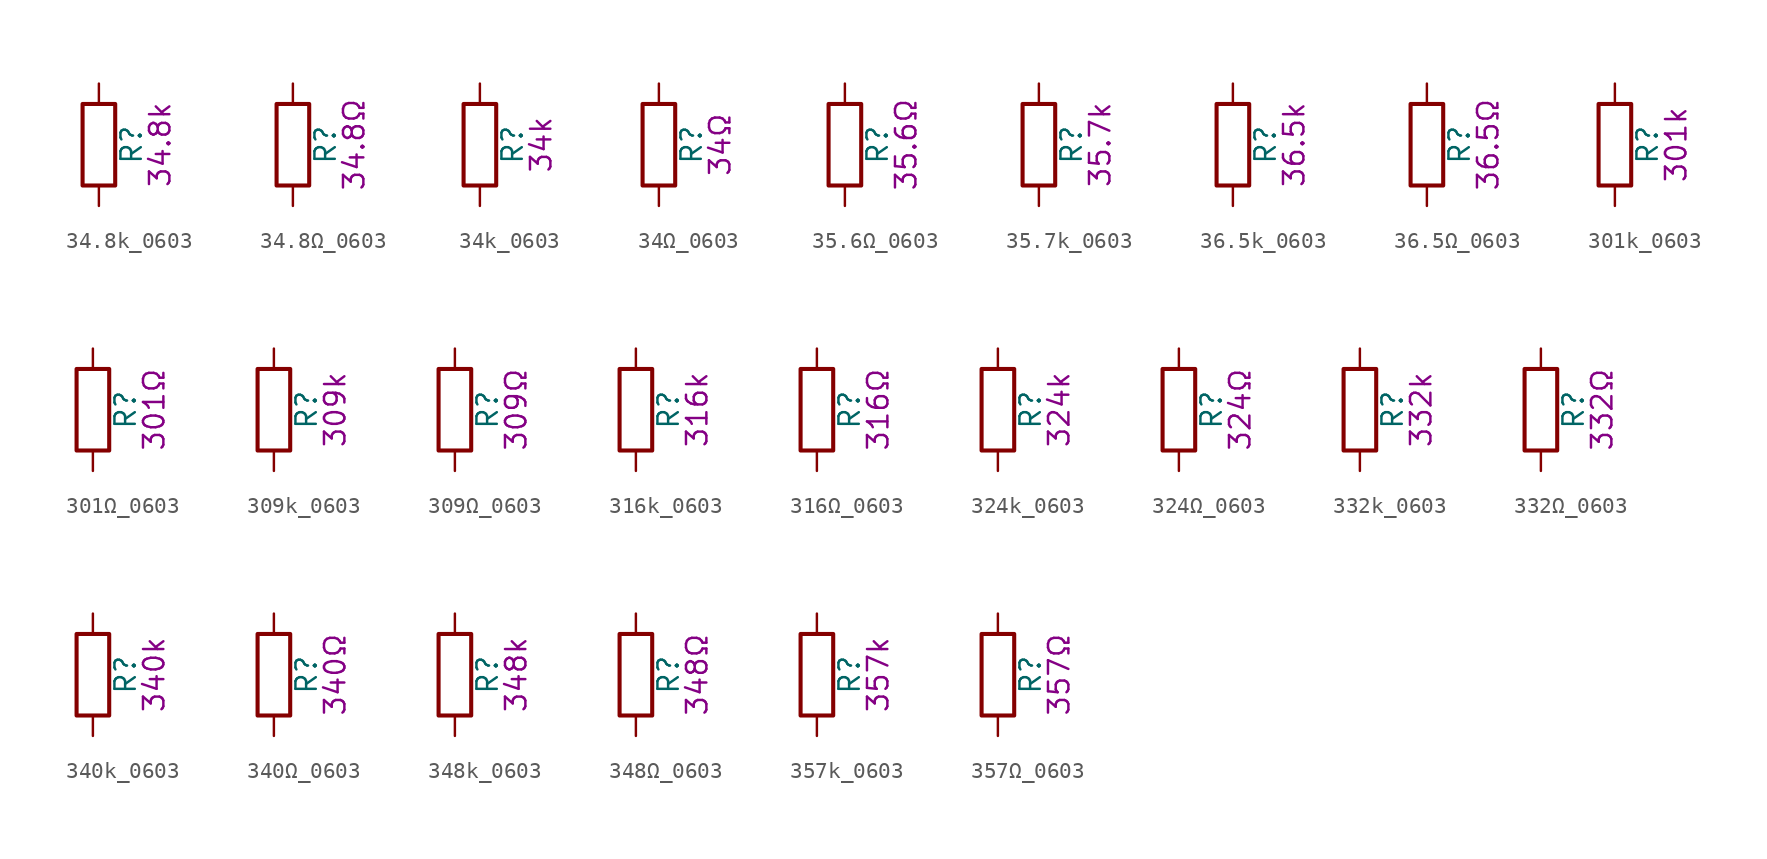
<source format=kicad_sym>
(kicad_symbol_lib
  (version 20211014)
  (generator kicad_symbol_editor)
  (symbol "34.8k_0603"
    (pin_numbers hide)
    (pin_names
      (offset 0))
    (property "Reference" "R"
      (at 2.032 0 90)
      (effects (font (size 1.27 1.27))))
    (property "Display" "34.8k"
      (at 3.81 0 90)
      (effects (font (size 1.27 1.27))))
    (symbol "34.8k_0603_0_1"
      (rectangle (start -1.016 -2.54) (end 1.016 2.54) (stroke (width 0.254) (type default) (color 0 0 0 0)) (fill (type none))))
    (symbol "34.8k_0603_1_1"
      (pin passive line (at 0 3.81 270) (length 1.27) (name "~" (effects (font (size 1.27 1.27)))) (number "1" (effects (font (size 1.27 1.27)))))
      (pin passive line (at 0 -3.81 90) (length 1.27) (name "~" (effects (font (size 1.27 1.27)))) (number "2" (effects (font (size 1.27 1.27)))))))
  (symbol "34.8Ω_0603"
    (pin_numbers hide)
    (pin_names
      (offset 0))
    (property "Reference" "R"
      (at 2.032 0 90)
      (effects (font (size 1.27 1.27))))
    (property "Display" "34.8Ω"
      (at 3.81 0 90)
      (effects (font (size 1.27 1.27))))
    (symbol "34.8Ω_0603_0_1"
      (rectangle (start -1.016 -2.54) (end 1.016 2.54) (stroke (width 0.254) (type default) (color 0 0 0 0)) (fill (type none))))
    (symbol "34.8Ω_0603_1_1"
      (pin passive line (at 0 3.81 270) (length 1.27) (name "~" (effects (font (size 1.27 1.27)))) (number "1" (effects (font (size 1.27 1.27)))))
      (pin passive line (at 0 -3.81 90) (length 1.27) (name "~" (effects (font (size 1.27 1.27)))) (number "2" (effects (font (size 1.27 1.27)))))))
  (symbol "34k_0603"
    (pin_numbers hide)
    (pin_names
      (offset 0))
    (property "Reference" "R"
      (at 2.032 0 90)
      (effects (font (size 1.27 1.27))))
    (property "Display" "34k"
      (at 3.81 0 90)
      (effects (font (size 1.27 1.27))))
    (symbol "34k_0603_0_1"
      (rectangle (start -1.016 -2.54) (end 1.016 2.54) (stroke (width 0.254) (type default) (color 0 0 0 0)) (fill (type none))))
    (symbol "34k_0603_1_1"
      (pin passive line (at 0 3.81 270) (length 1.27) (name "~" (effects (font (size 1.27 1.27)))) (number "1" (effects (font (size 1.27 1.27)))))
      (pin passive line (at 0 -3.81 90) (length 1.27) (name "~" (effects (font (size 1.27 1.27)))) (number "2" (effects (font (size 1.27 1.27)))))))
  (symbol "34Ω_0603"
    (pin_numbers hide)
    (pin_names
      (offset 0))
    (property "Reference" "R"
      (at 2.032 0 90)
      (effects (font (size 1.27 1.27))))
    (property "Display" "34Ω"
      (at 3.81 0 90)
      (effects (font (size 1.27 1.27))))
    (symbol "34Ω_0603_0_1"
      (rectangle (start -1.016 -2.54) (end 1.016 2.54) (stroke (width 0.254) (type default) (color 0 0 0 0)) (fill (type none))))
    (symbol "34Ω_0603_1_1"
      (pin passive line (at 0 3.81 270) (length 1.27) (name "~" (effects (font (size 1.27 1.27)))) (number "1" (effects (font (size 1.27 1.27)))))
      (pin passive line (at 0 -3.81 90) (length 1.27) (name "~" (effects (font (size 1.27 1.27)))) (number "2" (effects (font (size 1.27 1.27)))))))
  (symbol "35.6Ω_0603"
    (pin_numbers hide)
    (pin_names
      (offset 0))
    (property "Reference" "R"
      (at 2.032 0 90)
      (effects (font (size 1.27 1.27))))
    (property "Display" "35.6Ω"
      (at 3.81 0 90)
      (effects (font (size 1.27 1.27))))
    (symbol "35.6Ω_0603_0_1"
      (rectangle (start -1.016 -2.54) (end 1.016 2.54) (stroke (width 0.254) (type default) (color 0 0 0 0)) (fill (type none))))
    (symbol "35.6Ω_0603_1_1"
      (pin passive line (at 0 3.81 270) (length 1.27) (name "~" (effects (font (size 1.27 1.27)))) (number "1" (effects (font (size 1.27 1.27)))))
      (pin passive line (at 0 -3.81 90) (length 1.27) (name "~" (effects (font (size 1.27 1.27)))) (number "2" (effects (font (size 1.27 1.27)))))))
  (symbol "35.7k_0603"
    (pin_numbers hide)
    (pin_names
      (offset 0))
    (property "Reference" "R"
      (at 2.032 0 90)
      (effects (font (size 1.27 1.27))))
    (property "Display" "35.7k"
      (at 3.81 0 90)
      (effects (font (size 1.27 1.27))))
    (symbol "35.7k_0603_0_1"
      (rectangle (start -1.016 -2.54) (end 1.016 2.54) (stroke (width 0.254) (type default) (color 0 0 0 0)) (fill (type none))))
    (symbol "35.7k_0603_1_1"
      (pin passive line (at 0 3.81 270) (length 1.27) (name "~" (effects (font (size 1.27 1.27)))) (number "1" (effects (font (size 1.27 1.27)))))
      (pin passive line (at 0 -3.81 90) (length 1.27) (name "~" (effects (font (size 1.27 1.27)))) (number "2" (effects (font (size 1.27 1.27)))))))
  (symbol "36.5k_0603"
    (pin_numbers hide)
    (pin_names
      (offset 0))
    (property "Reference" "R"
      (at 2.032 0 90)
      (effects (font (size 1.27 1.27))))
    (property "Display" "36.5k"
      (at 3.81 0 90)
      (effects (font (size 1.27 1.27))))
    (symbol "36.5k_0603_0_1"
      (rectangle (start -1.016 -2.54) (end 1.016 2.54) (stroke (width 0.254) (type default) (color 0 0 0 0)) (fill (type none))))
    (symbol "36.5k_0603_1_1"
      (pin passive line (at 0 3.81 270) (length 1.27) (name "~" (effects (font (size 1.27 1.27)))) (number "1" (effects (font (size 1.27 1.27)))))
      (pin passive line (at 0 -3.81 90) (length 1.27) (name "~" (effects (font (size 1.27 1.27)))) (number "2" (effects (font (size 1.27 1.27)))))))
  (symbol "36.5Ω_0603"
    (pin_numbers hide)
    (pin_names
      (offset 0))
    (property "Reference" "R"
      (at 2.032 0 90)
      (effects (font (size 1.27 1.27))))
    (property "Display" "36.5Ω"
      (at 3.81 0 90)
      (effects (font (size 1.27 1.27))))
    (symbol "36.5Ω_0603_0_1"
      (rectangle (start -1.016 -2.54) (end 1.016 2.54) (stroke (width 0.254) (type default) (color 0 0 0 0)) (fill (type none))))
    (symbol "36.5Ω_0603_1_1"
      (pin passive line (at 0 3.81 270) (length 1.27) (name "~" (effects (font (size 1.27 1.27)))) (number "1" (effects (font (size 1.27 1.27)))))
      (pin passive line (at 0 -3.81 90) (length 1.27) (name "~" (effects (font (size 1.27 1.27)))) (number "2" (effects (font (size 1.27 1.27)))))))
  (symbol "301k_0603"
    (pin_numbers hide)
    (pin_names
      (offset 0))
    (property "Reference" "R"
      (at 2.032 0 90)
      (effects (font (size 1.27 1.27))))
    (property "Display" "301k"
      (at 3.81 0 90)
      (effects (font (size 1.27 1.27))))
    (symbol "301k_0603_0_1"
      (rectangle (start -1.016 -2.54) (end 1.016 2.54) (stroke (width 0.254) (type default) (color 0 0 0 0)) (fill (type none))))
    (symbol "301k_0603_1_1"
      (pin passive line (at 0 3.81 270) (length 1.27) (name "~" (effects (font (size 1.27 1.27)))) (number "1" (effects (font (size 1.27 1.27)))))
      (pin passive line (at 0 -3.81 90) (length 1.27) (name "~" (effects (font (size 1.27 1.27)))) (number "2" (effects (font (size 1.27 1.27)))))))
  (symbol "301Ω_0603"
    (pin_numbers hide)
    (pin_names
      (offset 0))
    (property "Reference" "R"
      (at 2.032 0 90)
      (effects (font (size 1.27 1.27))))
    (property "Display" "301Ω"
      (at 3.81 0 90)
      (effects (font (size 1.27 1.27))))
    (symbol "301Ω_0603_0_1"
      (rectangle (start -1.016 -2.54) (end 1.016 2.54) (stroke (width 0.254) (type default) (color 0 0 0 0)) (fill (type none))))
    (symbol "301Ω_0603_1_1"
      (pin passive line (at 0 3.81 270) (length 1.27) (name "~" (effects (font (size 1.27 1.27)))) (number "1" (effects (font (size 1.27 1.27)))))
      (pin passive line (at 0 -3.81 90) (length 1.27) (name "~" (effects (font (size 1.27 1.27)))) (number "2" (effects (font (size 1.27 1.27)))))))
  (symbol "309k_0603"
    (pin_numbers hide)
    (pin_names
      (offset 0))
    (property "Reference" "R"
      (at 2.032 0 90)
      (effects (font (size 1.27 1.27))))
    (property "Display" "309k"
      (at 3.81 0 90)
      (effects (font (size 1.27 1.27))))
    (symbol "309k_0603_0_1"
      (rectangle (start -1.016 -2.54) (end 1.016 2.54) (stroke (width 0.254) (type default) (color 0 0 0 0)) (fill (type none))))
    (symbol "309k_0603_1_1"
      (pin passive line (at 0 3.81 270) (length 1.27) (name "~" (effects (font (size 1.27 1.27)))) (number "1" (effects (font (size 1.27 1.27)))))
      (pin passive line (at 0 -3.81 90) (length 1.27) (name "~" (effects (font (size 1.27 1.27)))) (number "2" (effects (font (size 1.27 1.27)))))))
  (symbol "309Ω_0603"
    (pin_numbers hide)
    (pin_names
      (offset 0))
    (property "Reference" "R"
      (at 2.032 0 90)
      (effects (font (size 1.27 1.27))))
    (property "Display" "309Ω"
      (at 3.81 0 90)
      (effects (font (size 1.27 1.27))))
    (symbol "309Ω_0603_0_1"
      (rectangle (start -1.016 -2.54) (end 1.016 2.54) (stroke (width 0.254) (type default) (color 0 0 0 0)) (fill (type none))))
    (symbol "309Ω_0603_1_1"
      (pin passive line (at 0 3.81 270) (length 1.27) (name "~" (effects (font (size 1.27 1.27)))) (number "1" (effects (font (size 1.27 1.27)))))
      (pin passive line (at 0 -3.81 90) (length 1.27) (name "~" (effects (font (size 1.27 1.27)))) (number "2" (effects (font (size 1.27 1.27)))))))
  (symbol "316k_0603"
    (pin_numbers hide)
    (pin_names
      (offset 0))
    (property "Reference" "R"
      (at 2.032 0 90)
      (effects (font (size 1.27 1.27))))
    (property "Display" "316k"
      (at 3.81 0 90)
      (effects (font (size 1.27 1.27))))
    (symbol "316k_0603_0_1"
      (rectangle (start -1.016 -2.54) (end 1.016 2.54) (stroke (width 0.254) (type default) (color 0 0 0 0)) (fill (type none))))
    (symbol "316k_0603_1_1"
      (pin passive line (at 0 3.81 270) (length 1.27) (name "~" (effects (font (size 1.27 1.27)))) (number "1" (effects (font (size 1.27 1.27)))))
      (pin passive line (at 0 -3.81 90) (length 1.27) (name "~" (effects (font (size 1.27 1.27)))) (number "2" (effects (font (size 1.27 1.27)))))))
  (symbol "316Ω_0603"
    (pin_numbers hide)
    (pin_names
      (offset 0))
    (property "Reference" "R"
      (at 2.032 0 90)
      (effects (font (size 1.27 1.27))))
    (property "Display" "316Ω"
      (at 3.81 0 90)
      (effects (font (size 1.27 1.27))))
    (symbol "316Ω_0603_0_1"
      (rectangle (start -1.016 -2.54) (end 1.016 2.54) (stroke (width 0.254) (type default) (color 0 0 0 0)) (fill (type none))))
    (symbol "316Ω_0603_1_1"
      (pin passive line (at 0 3.81 270) (length 1.27) (name "~" (effects (font (size 1.27 1.27)))) (number "1" (effects (font (size 1.27 1.27)))))
      (pin passive line (at 0 -3.81 90) (length 1.27) (name "~" (effects (font (size 1.27 1.27)))) (number "2" (effects (font (size 1.27 1.27)))))))
  (symbol "324k_0603"
    (pin_numbers hide)
    (pin_names
      (offset 0))
    (property "Reference" "R"
      (at 2.032 0 90)
      (effects (font (size 1.27 1.27))))
    (property "Display" "324k"
      (at 3.81 0 90)
      (effects (font (size 1.27 1.27))))
    (symbol "324k_0603_0_1"
      (rectangle (start -1.016 -2.54) (end 1.016 2.54) (stroke (width 0.254) (type default) (color 0 0 0 0)) (fill (type none))))
    (symbol "324k_0603_1_1"
      (pin passive line (at 0 3.81 270) (length 1.27) (name "~" (effects (font (size 1.27 1.27)))) (number "1" (effects (font (size 1.27 1.27)))))
      (pin passive line (at 0 -3.81 90) (length 1.27) (name "~" (effects (font (size 1.27 1.27)))) (number "2" (effects (font (size 1.27 1.27)))))))
  (symbol "324Ω_0603"
    (pin_numbers hide)
    (pin_names
      (offset 0))
    (property "Reference" "R"
      (at 2.032 0 90)
      (effects (font (size 1.27 1.27))))
    (property "Display" "324Ω"
      (at 3.81 0 90)
      (effects (font (size 1.27 1.27))))
    (symbol "324Ω_0603_0_1"
      (rectangle (start -1.016 -2.54) (end 1.016 2.54) (stroke (width 0.254) (type default) (color 0 0 0 0)) (fill (type none))))
    (symbol "324Ω_0603_1_1"
      (pin passive line (at 0 3.81 270) (length 1.27) (name "~" (effects (font (size 1.27 1.27)))) (number "1" (effects (font (size 1.27 1.27)))))
      (pin passive line (at 0 -3.81 90) (length 1.27) (name "~" (effects (font (size 1.27 1.27)))) (number "2" (effects (font (size 1.27 1.27)))))))
  (symbol "332k_0603"
    (pin_numbers hide)
    (pin_names
      (offset 0))
    (property "Reference" "R"
      (at 2.032 0 90)
      (effects (font (size 1.27 1.27))))
    (property "Display" "332k"
      (at 3.81 0 90)
      (effects (font (size 1.27 1.27))))
    (symbol "332k_0603_0_1"
      (rectangle (start -1.016 -2.54) (end 1.016 2.54) (stroke (width 0.254) (type default) (color 0 0 0 0)) (fill (type none))))
    (symbol "332k_0603_1_1"
      (pin passive line (at 0 3.81 270) (length 1.27) (name "~" (effects (font (size 1.27 1.27)))) (number "1" (effects (font (size 1.27 1.27)))))
      (pin passive line (at 0 -3.81 90) (length 1.27) (name "~" (effects (font (size 1.27 1.27)))) (number "2" (effects (font (size 1.27 1.27)))))))
  (symbol "332Ω_0603"
    (pin_numbers hide)
    (pin_names
      (offset 0))
    (property "Reference" "R"
      (at 2.032 0 90)
      (effects (font (size 1.27 1.27))))
    (property "Display" "332Ω"
      (at 3.81 0 90)
      (effects (font (size 1.27 1.27))))
    (symbol "332Ω_0603_0_1"
      (rectangle (start -1.016 -2.54) (end 1.016 2.54) (stroke (width 0.254) (type default) (color 0 0 0 0)) (fill (type none))))
    (symbol "332Ω_0603_1_1"
      (pin passive line (at 0 3.81 270) (length 1.27) (name "~" (effects (font (size 1.27 1.27)))) (number "1" (effects (font (size 1.27 1.27)))))
      (pin passive line (at 0 -3.81 90) (length 1.27) (name "~" (effects (font (size 1.27 1.27)))) (number "2" (effects (font (size 1.27 1.27)))))))
  (symbol "340k_0603"
    (pin_numbers hide)
    (pin_names
      (offset 0))
    (property "Reference" "R"
      (at 2.032 0 90)
      (effects (font (size 1.27 1.27))))
    (property "Display" "340k"
      (at 3.81 0 90)
      (effects (font (size 1.27 1.27))))
    (symbol "340k_0603_0_1"
      (rectangle (start -1.016 -2.54) (end 1.016 2.54) (stroke (width 0.254) (type default) (color 0 0 0 0)) (fill (type none))))
    (symbol "340k_0603_1_1"
      (pin passive line (at 0 3.81 270) (length 1.27) (name "~" (effects (font (size 1.27 1.27)))) (number "1" (effects (font (size 1.27 1.27)))))
      (pin passive line (at 0 -3.81 90) (length 1.27) (name "~" (effects (font (size 1.27 1.27)))) (number "2" (effects (font (size 1.27 1.27)))))))
  (symbol "340Ω_0603"
    (pin_numbers hide)
    (pin_names
      (offset 0))
    (property "Reference" "R"
      (at 2.032 0 90)
      (effects (font (size 1.27 1.27))))
    (property "Display" "340Ω"
      (at 3.81 0 90)
      (effects (font (size 1.27 1.27))))
    (symbol "340Ω_0603_0_1"
      (rectangle (start -1.016 -2.54) (end 1.016 2.54) (stroke (width 0.254) (type default) (color 0 0 0 0)) (fill (type none))))
    (symbol "340Ω_0603_1_1"
      (pin passive line (at 0 3.81 270) (length 1.27) (name "~" (effects (font (size 1.27 1.27)))) (number "1" (effects (font (size 1.27 1.27)))))
      (pin passive line (at 0 -3.81 90) (length 1.27) (name "~" (effects (font (size 1.27 1.27)))) (number "2" (effects (font (size 1.27 1.27)))))))
  (symbol "348k_0603"
    (pin_numbers hide)
    (pin_names
      (offset 0))
    (property "Reference" "R"
      (at 2.032 0 90)
      (effects (font (size 1.27 1.27))))
    (property "Display" "348k"
      (at 3.81 0 90)
      (effects (font (size 1.27 1.27))))
    (symbol "348k_0603_0_1"
      (rectangle (start -1.016 -2.54) (end 1.016 2.54) (stroke (width 0.254) (type default) (color 0 0 0 0)) (fill (type none))))
    (symbol "348k_0603_1_1"
      (pin passive line (at 0 3.81 270) (length 1.27) (name "~" (effects (font (size 1.27 1.27)))) (number "1" (effects (font (size 1.27 1.27)))))
      (pin passive line (at 0 -3.81 90) (length 1.27) (name "~" (effects (font (size 1.27 1.27)))) (number "2" (effects (font (size 1.27 1.27)))))))
  (symbol "348Ω_0603"
    (pin_numbers hide)
    (pin_names
      (offset 0))
    (property "Reference" "R"
      (at 2.032 0 90)
      (effects (font (size 1.27 1.27))))
    (property "Display" "348Ω"
      (at 3.81 0 90)
      (effects (font (size 1.27 1.27))))
    (symbol "348Ω_0603_0_1"
      (rectangle (start -1.016 -2.54) (end 1.016 2.54) (stroke (width 0.254) (type default) (color 0 0 0 0)) (fill (type none))))
    (symbol "348Ω_0603_1_1"
      (pin passive line (at 0 3.81 270) (length 1.27) (name "~" (effects (font (size 1.27 1.27)))) (number "1" (effects (font (size 1.27 1.27)))))
      (pin passive line (at 0 -3.81 90) (length 1.27) (name "~" (effects (font (size 1.27 1.27)))) (number "2" (effects (font (size 1.27 1.27)))))))
  (symbol "357k_0603"
    (pin_numbers hide)
    (pin_names
      (offset 0))
    (property "Reference" "R"
      (at 2.032 0 90)
      (effects (font (size 1.27 1.27))))
    (property "Display" "357k"
      (at 3.81 0 90)
      (effects (font (size 1.27 1.27))))
    (symbol "357k_0603_0_1"
      (rectangle (start -1.016 -2.54) (end 1.016 2.54) (stroke (width 0.254) (type default) (color 0 0 0 0)) (fill (type none))))
    (symbol "357k_0603_1_1"
      (pin passive line (at 0 3.81 270) (length 1.27) (name "~" (effects (font (size 1.27 1.27)))) (number "1" (effects (font (size 1.27 1.27)))))
      (pin passive line (at 0 -3.81 90) (length 1.27) (name "~" (effects (font (size 1.27 1.27)))) (number "2" (effects (font (size 1.27 1.27)))))))
  (symbol "357Ω_0603"
    (pin_numbers hide)
    (pin_names
      (offset 0))
    (property "Reference" "R"
      (at 2.032 0 90)
      (effects (font (size 1.27 1.27))))
    (property "Display" "357Ω"
      (at 3.81 0 90)
      (effects (font (size 1.27 1.27))))
    (symbol "357Ω_0603_0_1"
      (rectangle (start -1.016 -2.54) (end 1.016 2.54) (stroke (width 0.254) (type default) (color 0 0 0 0)) (fill (type none))))
    (symbol "357Ω_0603_1_1"
      (pin passive line (at 0 3.81 270) (length 1.27) (name "~" (effects (font (size 1.27 1.27)))) (number "1" (effects (font (size 1.27 1.27)))))
      (pin passive line (at 0 -3.81 90) (length 1.27) (name "~" (effects (font (size 1.27 1.27)))) (number "2" (effects (font (size 1.27 1.27))))))))
</source>
